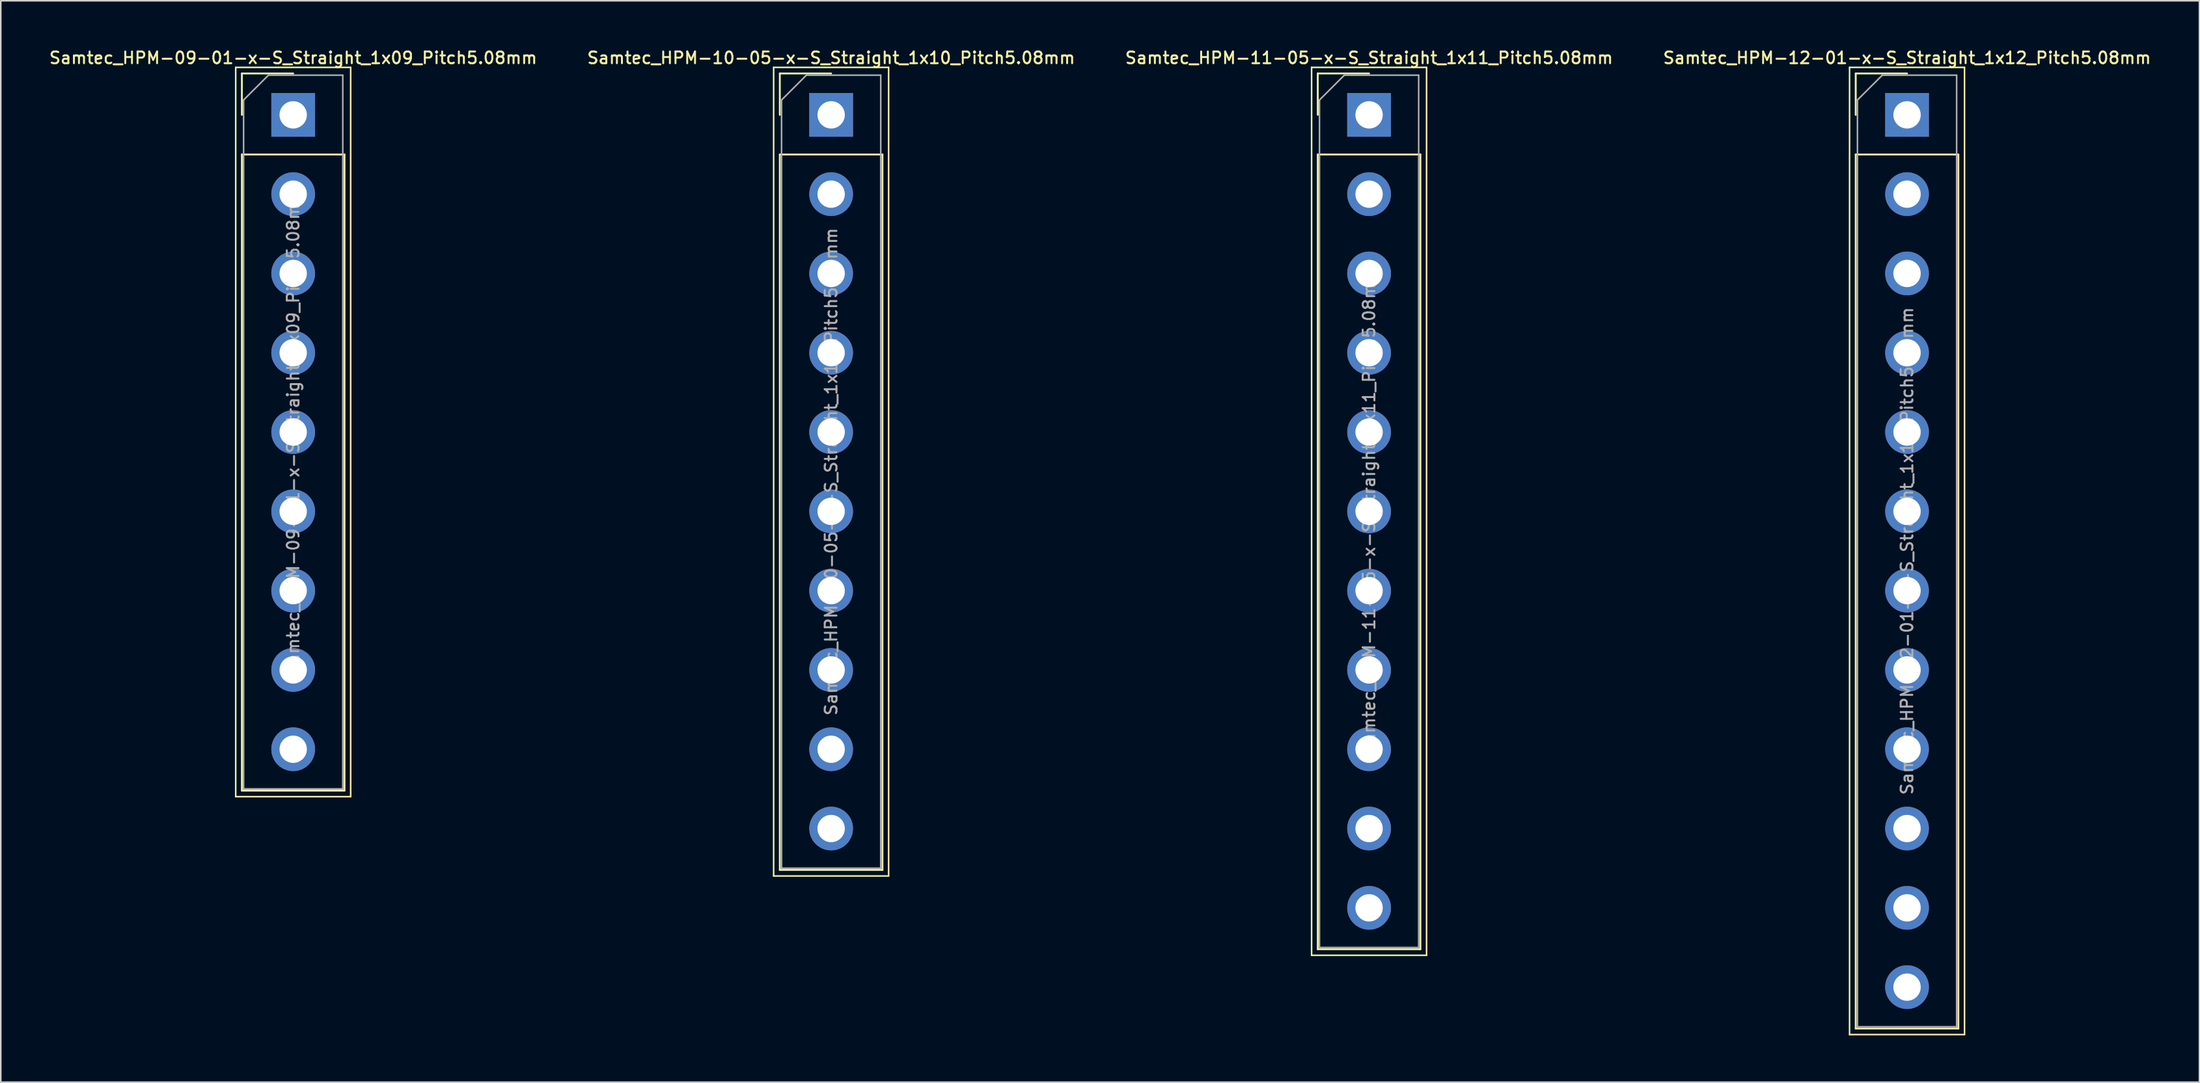
<source format=kicad_pcb>
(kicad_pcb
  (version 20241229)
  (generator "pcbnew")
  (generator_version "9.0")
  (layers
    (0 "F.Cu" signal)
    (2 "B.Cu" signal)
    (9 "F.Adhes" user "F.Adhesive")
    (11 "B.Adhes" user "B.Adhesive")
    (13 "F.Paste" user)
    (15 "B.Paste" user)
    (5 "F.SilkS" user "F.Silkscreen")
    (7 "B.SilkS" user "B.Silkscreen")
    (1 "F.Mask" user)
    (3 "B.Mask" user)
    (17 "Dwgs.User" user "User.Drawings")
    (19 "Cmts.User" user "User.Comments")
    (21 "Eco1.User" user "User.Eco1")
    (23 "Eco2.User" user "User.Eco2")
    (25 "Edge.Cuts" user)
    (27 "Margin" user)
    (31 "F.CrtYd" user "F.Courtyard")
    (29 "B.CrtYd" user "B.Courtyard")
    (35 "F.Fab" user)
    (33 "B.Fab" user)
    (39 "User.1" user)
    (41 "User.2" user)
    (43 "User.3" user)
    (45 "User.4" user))
  (footprint "Samtec_HPM-09-01-x-S_Straight_1x09_Pitch5.08mm"
    (layer "F.Cu")
    (at 15.72 4.308)
    (property "Reference" "Samtec_HPM-09-01-x-S_Straight_1x09_Pitch5.08mm" (at 0 -3.65 0) (layer "F.SilkS") (effects (font (size 0.75 0.75) (thickness 0.125))))
    (attr through_hole)
    (fp_line (start -3.68 -3.04) (end -3.68 43.68) (stroke (width 0.1) (type solid)) (layer "F.SilkS"))
    (fp_line (start -3.68 43.68) (end 3.68 43.68) (stroke (width 0.1) (type solid)) (layer "F.SilkS"))
    (fp_line (start -3.285 -2.65) (end 0 -2.65) (stroke (width 0.12) (type solid)) (layer "F.SilkS"))
    (fp_line (start -3.285 0) (end -3.285 -2.65) (stroke (width 0.12) (type solid)) (layer "F.SilkS"))
    (fp_line (start -3.285 2.54) (end -3.285 43.29) (stroke (width 0.12) (type solid)) (layer "F.SilkS"))
    (fp_line (start -3.285 2.54) (end 3.285 2.54) (stroke (width 0.12) (type solid)) (layer "F.SilkS"))
    (fp_line (start -3.285 43.29) (end 3.285 43.29) (stroke (width 0.12) (type solid)) (layer "F.SilkS"))
    (fp_line (start 3.285 2.54) (end 3.285 43.29) (stroke (width 0.12) (type solid)) (layer "F.SilkS"))
    (fp_line (start 3.68 -3.04) (end -3.68 -3.04) (stroke (width 0.1) (type solid)) (layer "F.SilkS"))
    (fp_line (start 3.68 43.68) (end 3.68 -3.04) (stroke (width 0.1) (type solid)) (layer "F.SilkS"))
    (fp_line (start -3.175 -0.953) (end -1.587 -2.54) (stroke (width 0.1) (type solid)) (layer "F.Fab"))
    (fp_line (start -3.175 43.18) (end -3.175 -0.953) (stroke (width 0.1) (type solid)) (layer "F.Fab"))
    (fp_line (start -1.587 -2.54) (end 3.175 -2.54) (stroke (width 0.1) (type solid)) (layer "F.Fab"))
    (fp_line (start 3.175 -2.54) (end 3.175 43.18) (stroke (width 0.1) (type solid)) (layer "F.Fab"))
    (fp_line (start 3.175 43.18) (end -3.175 43.18) (stroke (width 0.1) (type solid)) (layer "F.Fab"))
    (fp_text user "${REFERENCE}" (at 0 20.32 90) (layer "F.Fab") (effects (font (size 0.75 0.75) (thickness 0.125))))
    (pad "1" thru_hole rect (at 0 0) (size 2.8 2.8) (drill 1.75) (layers "*.Cu" "*.Mask"))
    (pad "2" thru_hole circle (at 0 5.08) (size 2.8 2.8) (drill 1.75) (layers "*.Cu" "*.Mask"))
    (pad "3" thru_hole circle (at 0 10.16) (size 2.8 2.8) (drill 1.75) (layers "*.Cu" "*.Mask"))
    (pad "4" thru_hole circle (at 0 15.24) (size 2.8 2.8) (drill 1.75) (layers "*.Cu" "*.Mask"))
    (pad "5" thru_hole circle (at 0 20.32) (size 2.8 2.8) (drill 1.75) (layers "*.Cu" "*.Mask"))
    (pad "6" thru_hole circle (at 0 25.4) (size 2.8 2.8) (drill 1.75) (layers "*.Cu" "*.Mask"))
    (pad "7" thru_hole circle (at 0 30.48) (size 2.8 2.8) (drill 1.75) (layers "*.Cu" "*.Mask"))
    (pad "8" thru_hole circle (at 0 35.56) (size 2.8 2.8) (drill 1.75) (layers "*.Cu" "*.Mask"))
    (pad "9" thru_hole circle (at 0 40.64) (size 2.8 2.8) (drill 1.75) (layers "*.Cu" "*.Mask")))
  (footprint "Samtec_HPM-10-05-x-S_Straight_1x10_Pitch5.08mm"
    (layer "F.Cu")
    (at 50.159 4.308)
    (property "Reference" "Samtec_HPM-10-05-x-S_Straight_1x10_Pitch5.08mm" (at 0 -3.65 0) (layer "F.SilkS") (effects (font (size 0.75 0.75) (thickness 0.125))))
    (attr through_hole)
    (fp_line (start -3.68 -3.04) (end -3.68 48.76) (stroke (width 0.1) (type solid)) (layer "F.SilkS"))
    (fp_line (start -3.68 48.76) (end 3.68 48.76) (stroke (width 0.1) (type solid)) (layer "F.SilkS"))
    (fp_line (start -3.285 -2.65) (end 0 -2.65) (stroke (width 0.12) (type solid)) (layer "F.SilkS"))
    (fp_line (start -3.285 0) (end -3.285 -2.65) (stroke (width 0.12) (type solid)) (layer "F.SilkS"))
    (fp_line (start -3.285 2.54) (end -3.285 48.37) (stroke (width 0.12) (type solid)) (layer "F.SilkS"))
    (fp_line (start -3.285 2.54) (end 3.285 2.54) (stroke (width 0.12) (type solid)) (layer "F.SilkS"))
    (fp_line (start -3.285 48.37) (end 3.285 48.37) (stroke (width 0.12) (type solid)) (layer "F.SilkS"))
    (fp_line (start 3.285 2.54) (end 3.285 48.37) (stroke (width 0.12) (type solid)) (layer "F.SilkS"))
    (fp_line (start 3.68 -3.04) (end -3.68 -3.04) (stroke (width 0.1) (type solid)) (layer "F.SilkS"))
    (fp_line (start 3.68 48.76) (end 3.68 -3.04) (stroke (width 0.1) (type solid)) (layer "F.SilkS"))
    (fp_line (start -3.175 -0.953) (end -1.587 -2.54) (stroke (width 0.1) (type solid)) (layer "F.Fab"))
    (fp_line (start -3.175 48.26) (end -3.175 -0.953) (stroke (width 0.1) (type solid)) (layer "F.Fab"))
    (fp_line (start -1.587 -2.54) (end 3.175 -2.54) (stroke (width 0.1) (type solid)) (layer "F.Fab"))
    (fp_line (start 3.175 -2.54) (end 3.175 48.26) (stroke (width 0.1) (type solid)) (layer "F.Fab"))
    (fp_line (start 3.175 48.26) (end -3.175 48.26) (stroke (width 0.1) (type solid)) (layer "F.Fab"))
    (fp_text user "${REFERENCE}" (at 0 22.86 90) (layer "F.Fab") (effects (font (size 0.75 0.75) (thickness 0.125))))
    (pad "1" thru_hole rect (at 0 0) (size 2.8 2.8) (drill 1.75) (layers "*.Cu" "*.Mask"))
    (pad "2" thru_hole circle (at 0 5.08) (size 2.8 2.8) (drill 1.75) (layers "*.Cu" "*.Mask"))
    (pad "3" thru_hole circle (at 0 10.16) (size 2.8 2.8) (drill 1.75) (layers "*.Cu" "*.Mask"))
    (pad "4" thru_hole circle (at 0 15.24) (size 2.8 2.8) (drill 1.75) (layers "*.Cu" "*.Mask"))
    (pad "5" thru_hole circle (at 0 20.32) (size 2.8 2.8) (drill 1.75) (layers "*.Cu" "*.Mask"))
    (pad "6" thru_hole circle (at 0 25.4) (size 2.8 2.8) (drill 1.75) (layers "*.Cu" "*.Mask"))
    (pad "7" thru_hole circle (at 0 30.48) (size 2.8 2.8) (drill 1.75) (layers "*.Cu" "*.Mask"))
    (pad "8" thru_hole circle (at 0 35.56) (size 2.8 2.8) (drill 1.75) (layers "*.Cu" "*.Mask"))
    (pad "9" thru_hole circle (at 0 40.64) (size 2.8 2.8) (drill 1.75) (layers "*.Cu" "*.Mask"))
    (pad "10" thru_hole circle (at 0 45.72) (size 2.8 2.8) (drill 1.75) (layers "*.Cu" "*.Mask")))
  (footprint "Samtec_HPM-11-05-x-S_Straight_1x11_Pitch5.08mm"
    (layer "F.Cu")
    (at 84.598 4.308)
    (property "Reference" "Samtec_HPM-11-05-x-S_Straight_1x11_Pitch5.08mm" (at 0 -3.65 0) (layer "F.SilkS") (effects (font (size 0.75 0.75) (thickness 0.125))))
    (attr through_hole)
    (fp_line (start -3.68 -3.04) (end -3.68 53.84) (stroke (width 0.1) (type solid)) (layer "F.SilkS"))
    (fp_line (start -3.68 53.84) (end 3.68 53.84) (stroke (width 0.1) (type solid)) (layer "F.SilkS"))
    (fp_line (start -3.285 -2.65) (end 0 -2.65) (stroke (width 0.12) (type solid)) (layer "F.SilkS"))
    (fp_line (start -3.285 0) (end -3.285 -2.65) (stroke (width 0.12) (type solid)) (layer "F.SilkS"))
    (fp_line (start -3.285 2.54) (end -3.285 53.45) (stroke (width 0.12) (type solid)) (layer "F.SilkS"))
    (fp_line (start -3.285 2.54) (end 3.285 2.54) (stroke (width 0.12) (type solid)) (layer "F.SilkS"))
    (fp_line (start -3.285 53.45) (end 3.285 53.45) (stroke (width 0.12) (type solid)) (layer "F.SilkS"))
    (fp_line (start 3.285 2.54) (end 3.285 53.45) (stroke (width 0.12) (type solid)) (layer "F.SilkS"))
    (fp_line (start 3.68 -3.04) (end -3.68 -3.04) (stroke (width 0.1) (type solid)) (layer "F.SilkS"))
    (fp_line (start 3.68 53.84) (end 3.68 -3.04) (stroke (width 0.1) (type solid)) (layer "F.SilkS"))
    (fp_line (start -3.175 -0.953) (end -1.587 -2.54) (stroke (width 0.1) (type solid)) (layer "F.Fab"))
    (fp_line (start -3.175 53.34) (end -3.175 -0.953) (stroke (width 0.1) (type solid)) (layer "F.Fab"))
    (fp_line (start -1.587 -2.54) (end 3.175 -2.54) (stroke (width 0.1) (type solid)) (layer "F.Fab"))
    (fp_line (start 3.175 -2.54) (end 3.175 53.34) (stroke (width 0.1) (type solid)) (layer "F.Fab"))
    (fp_line (start 3.175 53.34) (end -3.175 53.34) (stroke (width 0.1) (type solid)) (layer "F.Fab"))
    (fp_text user "${REFERENCE}" (at 0 25.4 90) (layer "F.Fab") (effects (font (size 0.75 0.75) (thickness 0.125))))
    (pad "1" thru_hole rect (at 0 0) (size 2.8 2.8) (drill 1.75) (layers "*.Cu" "*.Mask"))
    (pad "2" thru_hole circle (at 0 5.08) (size 2.8 2.8) (drill 1.75) (layers "*.Cu" "*.Mask"))
    (pad "3" thru_hole circle (at 0 10.16) (size 2.8 2.8) (drill 1.75) (layers "*.Cu" "*.Mask"))
    (pad "4" thru_hole circle (at 0 15.24) (size 2.8 2.8) (drill 1.75) (layers "*.Cu" "*.Mask"))
    (pad "5" thru_hole circle (at 0 20.32) (size 2.8 2.8) (drill 1.75) (layers "*.Cu" "*.Mask"))
    (pad "6" thru_hole circle (at 0 25.4) (size 2.8 2.8) (drill 1.75) (layers "*.Cu" "*.Mask"))
    (pad "7" thru_hole circle (at 0 30.48) (size 2.8 2.8) (drill 1.75) (layers "*.Cu" "*.Mask"))
    (pad "8" thru_hole circle (at 0 35.56) (size 2.8 2.8) (drill 1.75) (layers "*.Cu" "*.Mask"))
    (pad "9" thru_hole circle (at 0 40.64) (size 2.8 2.8) (drill 1.75) (layers "*.Cu" "*.Mask"))
    (pad "10" thru_hole circle (at 0 45.72) (size 2.8 2.8) (drill 1.75) (layers "*.Cu" "*.Mask"))
    (pad "11" thru_hole circle (at 0 50.8) (size 2.8 2.8) (drill 1.75) (layers "*.Cu" "*.Mask")))
  (footprint "Samtec_HPM-12-01-x-S_Straight_1x12_Pitch5.08mm"
    (layer "F.Cu")
    (at 119.038 4.308)
    (property "Reference" "Samtec_HPM-12-01-x-S_Straight_1x12_Pitch5.08mm" (at 0 -3.65 0) (layer "F.SilkS") (effects (font (size 0.75 0.75) (thickness 0.125))))
    (attr through_hole)
    (fp_line (start -3.68 -3.04) (end -3.68 58.92) (stroke (width 0.1) (type solid)) (layer "F.SilkS"))
    (fp_line (start -3.68 58.92) (end 3.68 58.92) (stroke (width 0.1) (type solid)) (layer "F.SilkS"))
    (fp_line (start -3.285 -2.65) (end 0 -2.65) (stroke (width 0.12) (type solid)) (layer "F.SilkS"))
    (fp_line (start -3.285 0) (end -3.285 -2.65) (stroke (width 0.12) (type solid)) (layer "F.SilkS"))
    (fp_line (start -3.285 2.54) (end -3.285 58.53) (stroke (width 0.12) (type solid)) (layer "F.SilkS"))
    (fp_line (start -3.285 2.54) (end 3.285 2.54) (stroke (width 0.12) (type solid)) (layer "F.SilkS"))
    (fp_line (start -3.285 58.53) (end 3.285 58.53) (stroke (width 0.12) (type solid)) (layer "F.SilkS"))
    (fp_line (start 3.285 2.54) (end 3.285 58.53) (stroke (width 0.12) (type solid)) (layer "F.SilkS"))
    (fp_line (start 3.68 -3.04) (end -3.68 -3.04) (stroke (width 0.1) (type solid)) (layer "F.SilkS"))
    (fp_line (start 3.68 58.92) (end 3.68 -3.04) (stroke (width 0.1) (type solid)) (layer "F.SilkS"))
    (fp_line (start -3.175 -0.953) (end -1.587 -2.54) (stroke (width 0.1) (type solid)) (layer "F.Fab"))
    (fp_line (start -3.175 58.42) (end -3.175 -0.953) (stroke (width 0.1) (type solid)) (layer "F.Fab"))
    (fp_line (start -1.587 -2.54) (end 3.175 -2.54) (stroke (width 0.1) (type solid)) (layer "F.Fab"))
    (fp_line (start 3.175 -2.54) (end 3.175 58.42) (stroke (width 0.1) (type solid)) (layer "F.Fab"))
    (fp_line (start 3.175 58.42) (end -3.175 58.42) (stroke (width 0.1) (type solid)) (layer "F.Fab"))
    (fp_text user "${REFERENCE}" (at 0 27.94 90) (layer "F.Fab") (effects (font (size 0.75 0.75) (thickness 0.125))))
    (pad "1" thru_hole rect (at 0 0) (size 2.8 2.8) (drill 1.75) (layers "*.Cu" "*.Mask"))
    (pad "2" thru_hole circle (at 0 5.08) (size 2.8 2.8) (drill 1.75) (layers "*.Cu" "*.Mask"))
    (pad "3" thru_hole circle (at 0 10.16) (size 2.8 2.8) (drill 1.75) (layers "*.Cu" "*.Mask"))
    (pad "4" thru_hole circle (at 0 15.24) (size 2.8 2.8) (drill 1.75) (layers "*.Cu" "*.Mask"))
    (pad "5" thru_hole circle (at 0 20.32) (size 2.8 2.8) (drill 1.75) (layers "*.Cu" "*.Mask"))
    (pad "6" thru_hole circle (at 0 25.4) (size 2.8 2.8) (drill 1.75) (layers "*.Cu" "*.Mask"))
    (pad "7" thru_hole circle (at 0 30.48) (size 2.8 2.8) (drill 1.75) (layers "*.Cu" "*.Mask"))
    (pad "8" thru_hole circle (at 0 35.56) (size 2.8 2.8) (drill 1.75) (layers "*.Cu" "*.Mask"))
    (pad "9" thru_hole circle (at 0 40.64) (size 2.8 2.8) (drill 1.75) (layers "*.Cu" "*.Mask"))
    (pad "10" thru_hole circle (at 0 45.72) (size 2.8 2.8) (drill 1.75) (layers "*.Cu" "*.Mask"))
    (pad "11" thru_hole circle (at 0 50.8) (size 2.8 2.8) (drill 1.75) (layers "*.Cu" "*.Mask"))
    (pad "12" thru_hole circle (at 0 55.88) (size 2.8 2.8) (drill 1.75) (layers "*.Cu" "*.Mask")))
  (gr_rect
    (start -3 -3)
    (end 137.757 66.278)
    (stroke (width 0.1) (type default))
    (fill no)
    (layer "Edge.Cuts")))
</source>
